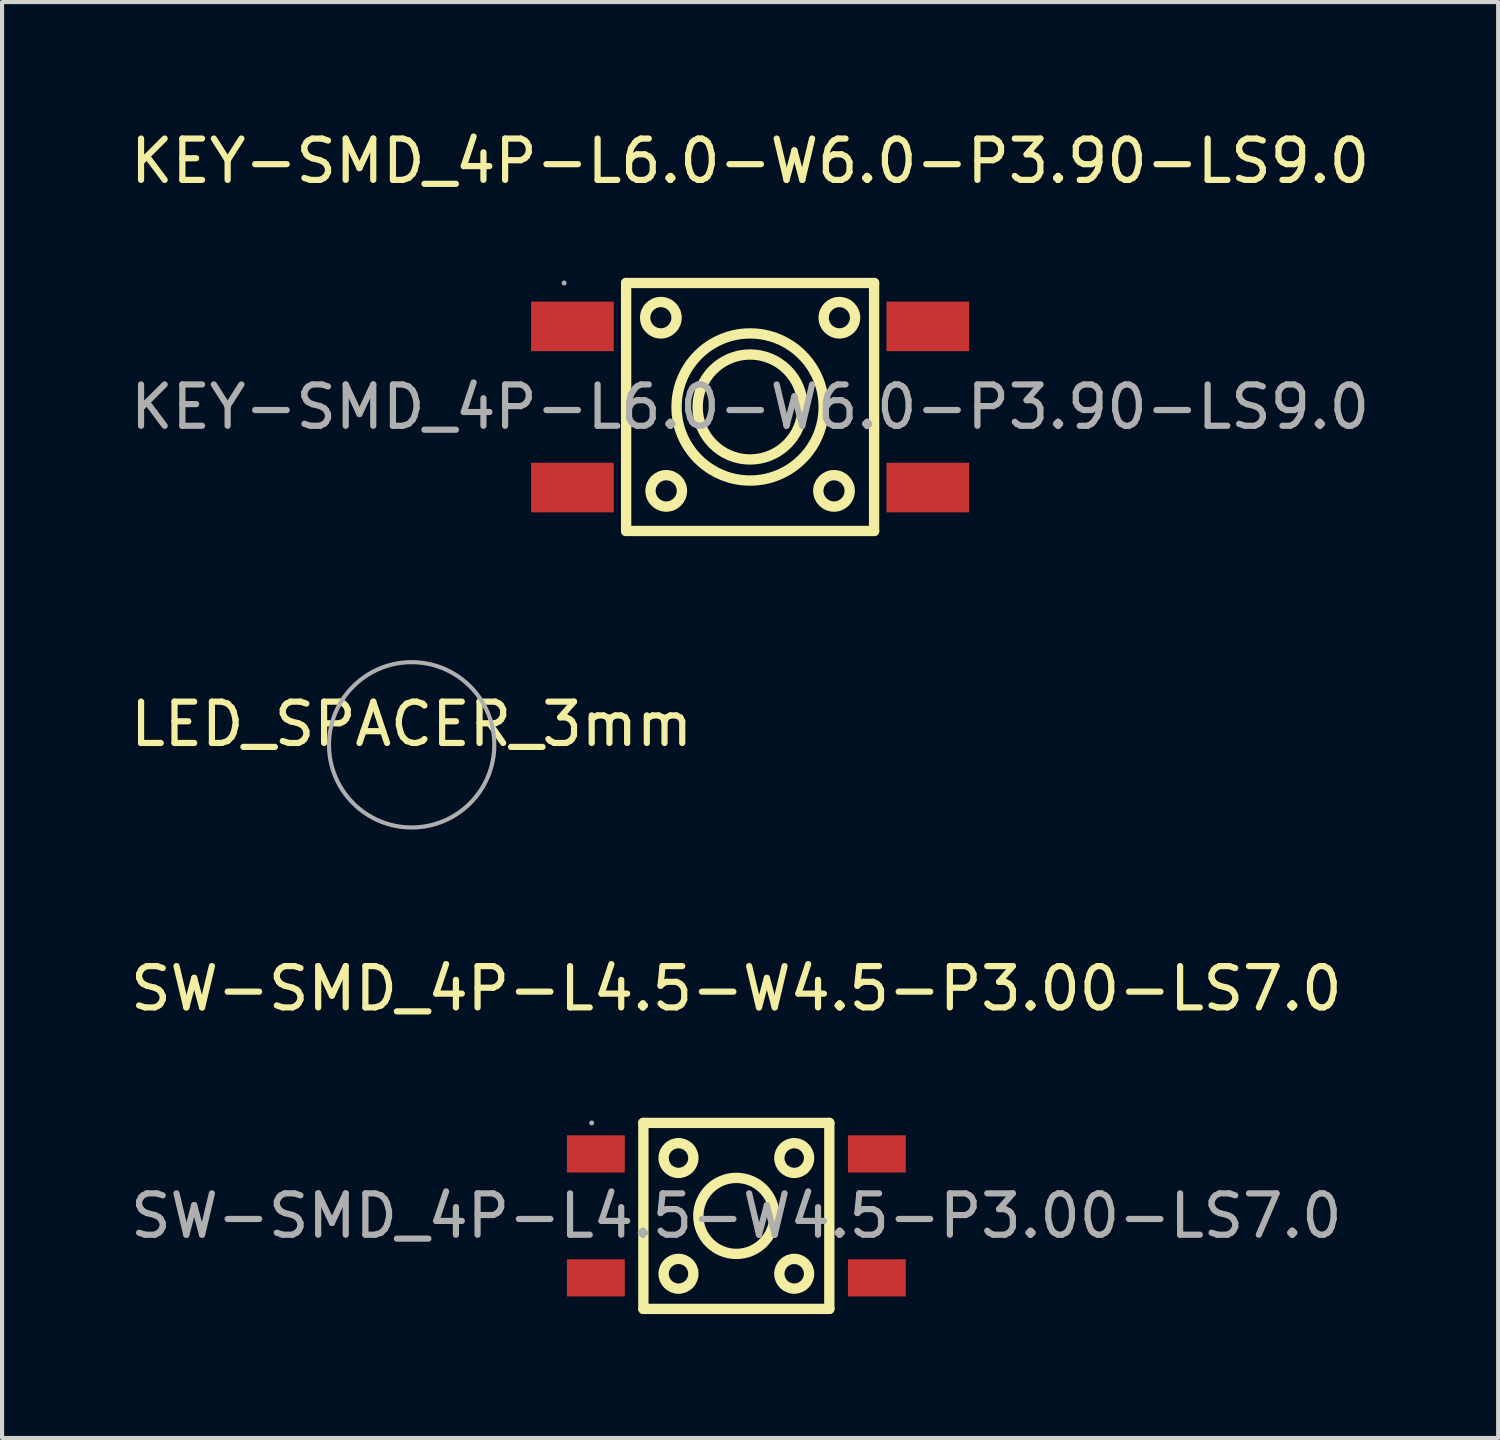
<source format=kicad_pcb>
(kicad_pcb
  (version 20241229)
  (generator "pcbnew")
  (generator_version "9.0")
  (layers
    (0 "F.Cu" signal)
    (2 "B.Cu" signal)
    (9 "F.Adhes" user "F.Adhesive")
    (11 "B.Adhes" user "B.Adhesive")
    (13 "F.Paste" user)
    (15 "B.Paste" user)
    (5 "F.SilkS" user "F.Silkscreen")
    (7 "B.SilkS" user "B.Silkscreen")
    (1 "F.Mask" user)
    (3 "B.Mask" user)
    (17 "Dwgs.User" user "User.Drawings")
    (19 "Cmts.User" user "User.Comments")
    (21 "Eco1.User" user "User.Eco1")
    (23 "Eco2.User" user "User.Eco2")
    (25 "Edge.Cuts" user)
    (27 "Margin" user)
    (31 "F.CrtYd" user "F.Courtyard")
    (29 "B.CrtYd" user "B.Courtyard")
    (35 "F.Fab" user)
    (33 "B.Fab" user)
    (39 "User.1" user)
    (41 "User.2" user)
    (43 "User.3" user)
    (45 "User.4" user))
  (footprint "KEY-SMD_4P-L6.0-W6.0-P3.90-LS9.0"
    (layer "F.Cu")
    (at 15.101 6.798)
    (property "Reference" "KEY-SMD_4P-L6.0-W6.0-P3.90-LS9.0" (at 0 -5.95 0) (layer "F.SilkS") (effects (font (size 1 1) (thickness 0.15))))
    (attr smd)
    (fp_line (start -3 -3) (end 3 -3) (stroke (width 0.25) (type solid)) (layer "F.SilkS"))
    (fp_line (start -3 3) (end -3 -3) (stroke (width 0.25) (type solid)) (layer "F.SilkS"))
    (fp_line (start 3 -3) (end 3 3) (stroke (width 0.25) (type solid)) (layer "F.SilkS"))
    (fp_line (start 3 3) (end -3 3) (stroke (width 0.25) (type solid)) (layer "F.SilkS"))
    (fp_circle (center -2.16 -2.16) (end -1.78 -2.16) (stroke (width 0.25) (type solid)) (fill no) (layer "F.SilkS"))
    (fp_circle (center -2.03 2.03) (end -1.65 2.03) (stroke (width 0.25) (type solid)) (fill no) (layer "F.SilkS"))
    (fp_circle (center 0 0) (end 1.27 0) (stroke (width 0.25) (type solid)) (fill no) (layer "F.SilkS"))
    (fp_circle (center 0 0) (end 1.78 0) (stroke (width 0.25) (type solid)) (fill no) (layer "F.SilkS"))
    (fp_circle (center 2.03 2.03) (end 2.41 2.03) (stroke (width 0.25) (type solid)) (fill no) (layer "F.SilkS"))
    (fp_circle (center 2.16 -2.16) (end 2.54 -2.16) (stroke (width 0.25) (type solid)) (fill no) (layer "F.SilkS"))
    (fp_circle (center -4.5 -3) (end -4.47 -3) (stroke (width 0.06) (type solid)) (fill no) (layer "F.Fab"))
    (fp_text user "${REFERENCE}" (at 0 0 0) (layer "F.Fab") (effects (font (size 1 1) (thickness 0.15))))
    (pad "1" smd rect (at -4.3 -1.95) (size 2 1.2) (layers "F.Cu" "F.Mask" "F.Paste"))
    (pad "2" smd rect (at 4.3 -1.95) (size 2 1.2) (layers "F.Cu" "F.Mask" "F.Paste"))
    (pad "3" smd rect (at -4.3 1.95) (size 2 1.2) (layers "F.Cu" "F.Mask" "F.Paste"))
    (pad "4" smd rect (at 4.3 1.95) (size 2 1.2) (layers "F.Cu" "F.Mask" "F.Paste")))
  (footprint "SW-SMD_4P-L4.5-W4.5-P3.00-LS7.0"
    (layer "F.Cu")
    (at 14.768 26.372)
    (property "Reference" "SW-SMD_4P-L4.5-W4.5-P3.00-LS7.0" (at 0 -5.5 0) (layer "F.SilkS") (effects (font (size 1 1) (thickness 0.15))))
    (attr smd)
    (fp_line (start -2.25 -2.25) (end 2.25 -2.25) (stroke (width 0.25) (type solid)) (layer "F.SilkS"))
    (fp_line (start -2.25 2.25) (end -2.25 -2.25) (stroke (width 0.25) (type solid)) (layer "F.SilkS"))
    (fp_line (start 2.25 -2.25) (end 2.25 2.25) (stroke (width 0.25) (type solid)) (layer "F.SilkS"))
    (fp_line (start 2.25 2.25) (end -2.25 2.25) (stroke (width 0.25) (type solid)) (layer "F.SilkS"))
    (fp_circle (center -1.4 -1.4) (end -1.04 -1.4) (stroke (width 0.25) (type solid)) (fill no) (layer "F.SilkS"))
    (fp_circle (center -1.4 1.4) (end -1.04 1.4) (stroke (width 0.25) (type solid)) (fill no) (layer "F.SilkS"))
    (fp_circle (center 0 0) (end 0.92 0) (stroke (width 0.25) (type solid)) (fill no) (layer "F.SilkS"))
    (fp_circle (center 1.4 -1.4) (end 1.76 -1.4) (stroke (width 0.25) (type solid)) (fill no) (layer "F.SilkS"))
    (fp_circle (center 1.4 1.4) (end 1.76 1.4) (stroke (width 0.25) (type solid)) (fill no) (layer "F.SilkS"))
    (fp_circle (center -3.5 -2.25) (end -3.47 -2.25) (stroke (width 0.06) (type solid)) (fill no) (layer "F.Fab"))
    (fp_text user "${REFERENCE}" (at 0 0 0) (layer "F.Fab") (effects (font (size 1 1) (thickness 0.15))))
    (pad "1" smd rect (at -3.4 -1.5) (size 1.4 0.9) (layers "F.Cu" "F.Mask" "F.Paste"))
    (pad "2" smd rect (at 3.4 -1.5) (size 1.4 0.9) (layers "F.Cu" "F.Mask" "F.Paste"))
    (pad "3" smd rect (at -3.4 1.5) (size 1.4 0.9) (layers "F.Cu" "F.Mask" "F.Paste"))
    (pad "4" smd rect (at 3.4 1.5) (size 1.4 0.9) (layers "F.Cu" "F.Mask" "F.Paste")))
  (footprint "LED_SPACER_3mm"
    (layer "F.Cu")
    (at 6.911 14.973)
    (property "Reference" "LED_SPACER_3mm" (at 0 -0.5 0) (unlocked yes) (layer "F.SilkS") (effects (font (size 1 1) (thickness 0.15))))
    (fp_circle (center 0 0) (end 2 0) (stroke (width 0.1) (type solid)) (fill no) (layer "F.Fab")))
  (gr_rect
    (start -3 -3)
    (end 33.202 31.747)
    (stroke (width 0.1) (type default))
    (fill no)
    (layer "Edge.Cuts")))
</source>
